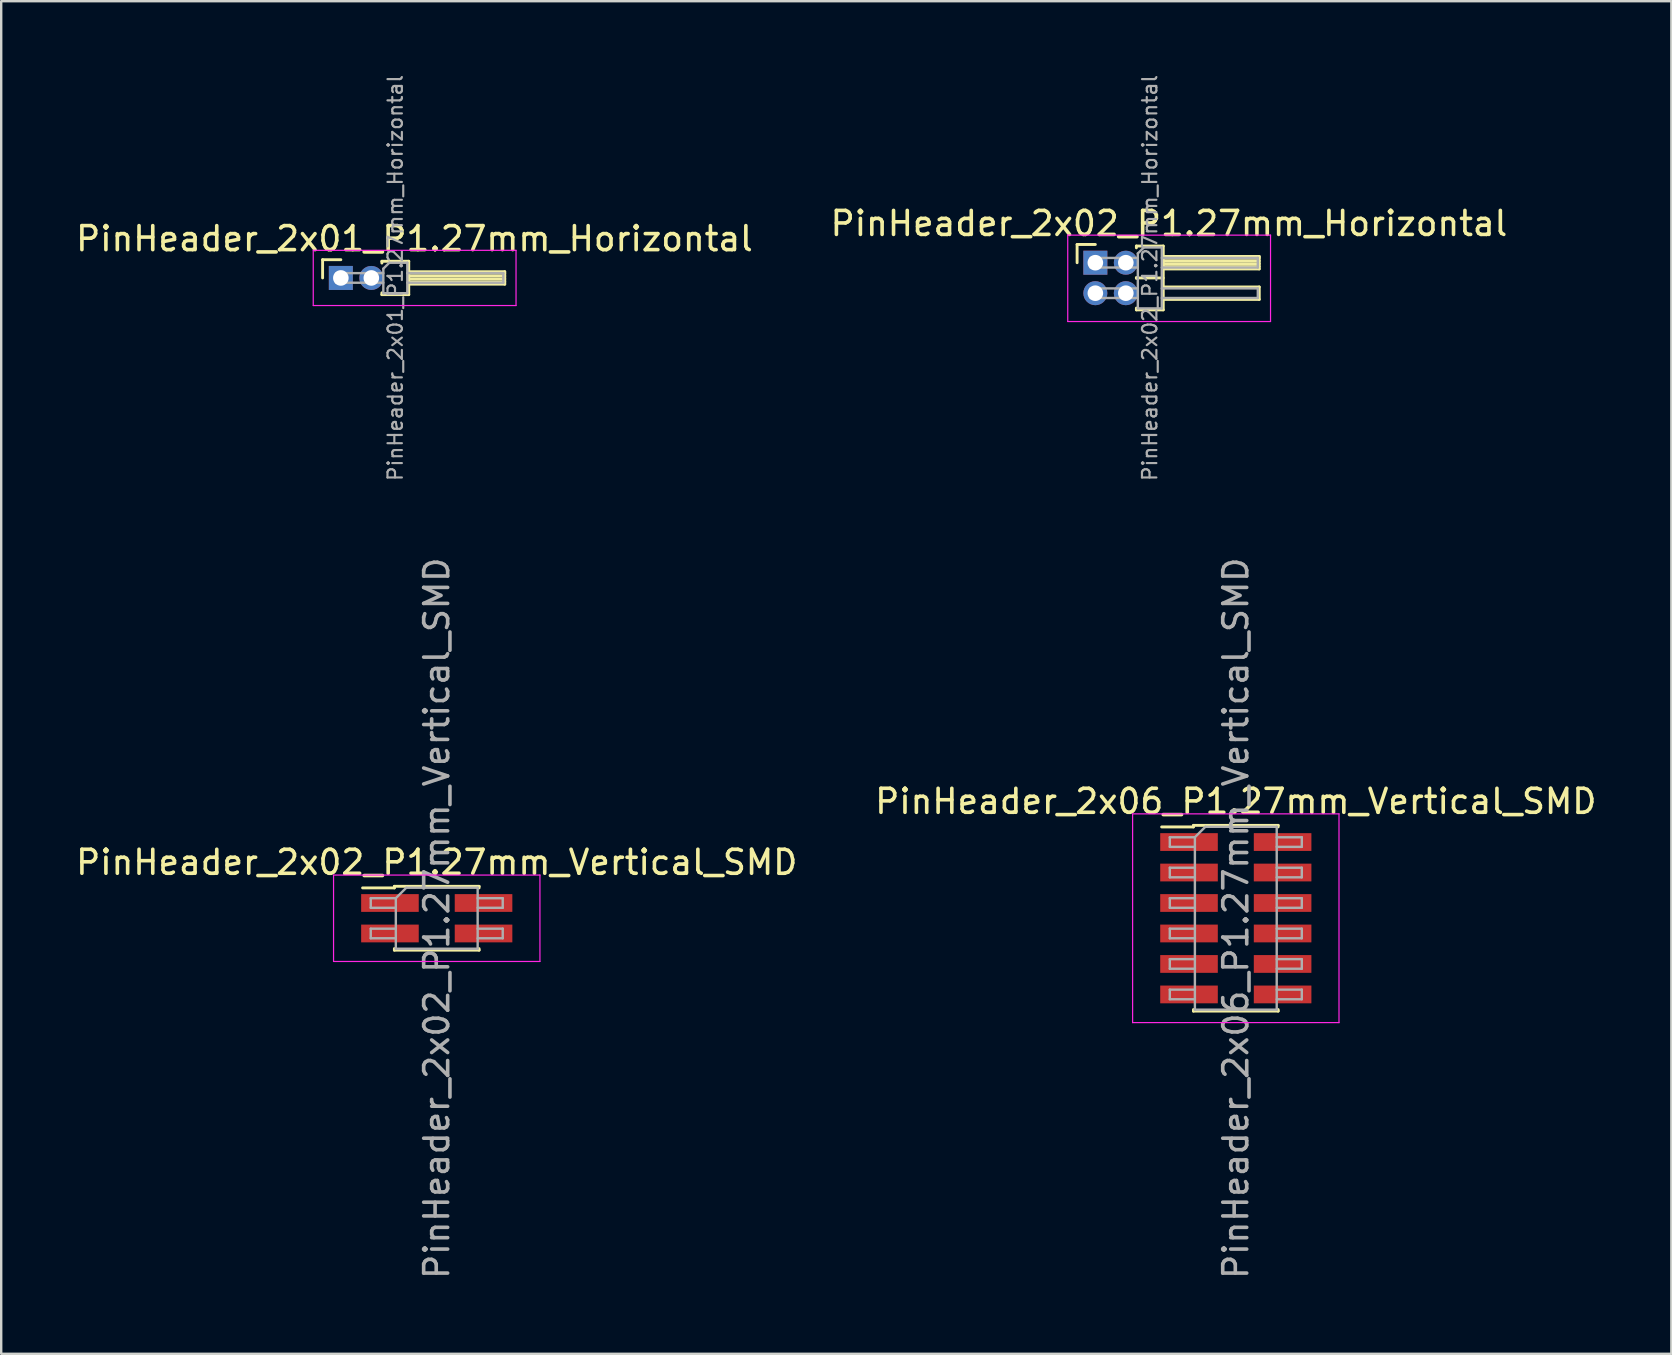
<source format=kicad_pcb>
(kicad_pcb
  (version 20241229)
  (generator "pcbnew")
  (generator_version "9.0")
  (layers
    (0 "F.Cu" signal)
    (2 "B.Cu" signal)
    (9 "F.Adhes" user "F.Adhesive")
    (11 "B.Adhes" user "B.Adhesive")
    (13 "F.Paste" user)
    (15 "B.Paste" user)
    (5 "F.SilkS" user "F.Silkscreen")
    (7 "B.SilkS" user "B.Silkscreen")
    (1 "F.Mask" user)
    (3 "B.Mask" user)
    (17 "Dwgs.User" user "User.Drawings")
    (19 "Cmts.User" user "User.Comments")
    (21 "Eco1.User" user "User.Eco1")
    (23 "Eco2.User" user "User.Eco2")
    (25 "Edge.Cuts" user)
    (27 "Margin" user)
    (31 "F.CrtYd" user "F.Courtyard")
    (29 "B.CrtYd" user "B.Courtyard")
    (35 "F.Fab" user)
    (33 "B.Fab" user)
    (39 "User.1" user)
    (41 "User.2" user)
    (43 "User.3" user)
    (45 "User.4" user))
  (footprint "PinHeader_2x01_P1.27mm_Horizontal"
    (layer "F.Cu")
    (at 11.153 8.532)
    (property "Reference" "PinHeader_2x01_P1.27mm_Horizontal" (at 3.067 -1.635 0) (layer "F.SilkS") (effects (font (size 1 1) (thickness 0.15))))
    (attr through_hole)
    (fp_line (start -0.76 -0.76) (end 0 -0.76) (stroke (width 0.12) (type solid)) (layer "F.SilkS"))
    (fp_line (start -0.76 0) (end -0.76 -0.76) (stroke (width 0.12) (type solid)) (layer "F.SilkS"))
    (fp_line (start 1.71 -0.695) (end 2.83 -0.695) (stroke (width 0.12) (type solid)) (layer "F.SilkS"))
    (fp_line (start 1.71 -0.62) (end 1.71 -0.695) (stroke (width 0.12) (type solid)) (layer "F.SilkS"))
    (fp_line (start 1.71 0.695) (end 1.71 0.62) (stroke (width 0.12) (type solid)) (layer "F.SilkS"))
    (fp_line (start 2.83 -0.695) (end 2.83 0.695) (stroke (width 0.12) (type solid)) (layer "F.SilkS"))
    (fp_line (start 2.83 -0.26) (end 6.83 -0.26) (stroke (width 0.12) (type solid)) (layer "F.SilkS"))
    (fp_line (start 2.83 -0.2) (end 6.83 -0.2) (stroke (width 0.12) (type solid)) (layer "F.SilkS"))
    (fp_line (start 2.83 -0.08) (end 6.83 -0.08) (stroke (width 0.12) (type solid)) (layer "F.SilkS"))
    (fp_line (start 2.83 0.04) (end 6.83 0.04) (stroke (width 0.12) (type solid)) (layer "F.SilkS"))
    (fp_line (start 2.83 0.16) (end 6.83 0.16) (stroke (width 0.12) (type solid)) (layer "F.SilkS"))
    (fp_line (start 2.83 0.695) (end 1.71 0.695) (stroke (width 0.12) (type solid)) (layer "F.SilkS"))
    (fp_line (start 6.83 -0.26) (end 6.83 0.26) (stroke (width 0.12) (type solid)) (layer "F.SilkS"))
    (fp_line (start 6.83 0.26) (end 2.83 0.26) (stroke (width 0.12) (type solid)) (layer "F.SilkS"))
    (fp_line (start -1.15 -1.15) (end -1.15 1.15) (stroke (width 0.05) (type solid)) (layer "F.CrtYd"))
    (fp_line (start -1.15 1.15) (end 7.3 1.15) (stroke (width 0.05) (type solid)) (layer "F.CrtYd"))
    (fp_line (start 7.3 -1.15) (end -1.15 -1.15) (stroke (width 0.05) (type solid)) (layer "F.CrtYd"))
    (fp_line (start 7.3 1.15) (end 7.3 -1.15) (stroke (width 0.05) (type solid)) (layer "F.CrtYd"))
    (fp_line (start -0.2 -0.2) (end -0.2 0.2) (stroke (width 0.1) (type solid)) (layer "F.Fab"))
    (fp_line (start -0.2 -0.2) (end 1.77 -0.2) (stroke (width 0.1) (type solid)) (layer "F.Fab"))
    (fp_line (start -0.2 0.2) (end 1.77 0.2) (stroke (width 0.1) (type solid)) (layer "F.Fab"))
    (fp_line (start 1.77 -0.385) (end 2.02 -0.635) (stroke (width 0.1) (type solid)) (layer "F.Fab"))
    (fp_line (start 1.77 0.635) (end 1.77 -0.385) (stroke (width 0.1) (type solid)) (layer "F.Fab"))
    (fp_line (start 2.02 -0.635) (end 2.77 -0.635) (stroke (width 0.1) (type solid)) (layer "F.Fab"))
    (fp_line (start 2.77 -0.635) (end 2.77 0.635) (stroke (width 0.1) (type solid)) (layer "F.Fab"))
    (fp_line (start 2.77 -0.2) (end 6.77 -0.2) (stroke (width 0.1) (type solid)) (layer "F.Fab"))
    (fp_line (start 2.77 0.2) (end 6.77 0.2) (stroke (width 0.1) (type solid)) (layer "F.Fab"))
    (fp_line (start 2.77 0.635) (end 1.77 0.635) (stroke (width 0.1) (type solid)) (layer "F.Fab"))
    (fp_line (start 6.77 -0.2) (end 6.77 0.2) (stroke (width 0.1) (type solid)) (layer "F.Fab"))
    (fp_text user "${REFERENCE}" (at 2.27 0 90) (layer "F.Fab") (effects (font (size 0.6 0.6) (thickness 0.09))))
    (pad "1" thru_hole rect (at 0 0) (size 1 1) (drill 0.65) (layers "*.Cu" "*.Mask"))
    (pad "2" thru_hole oval (at 1.27 0) (size 1 1) (drill 0.65) (layers "*.Cu" "*.Mask")))
  (footprint "PinHeader_2x02_P1.27mm_Vertical_SMD"
    (layer "F.Cu")
    (at 15.149 35.213)
    (property "Reference" "PinHeader_2x02_P1.27mm_Vertical_SMD" (at 0 -2.33 0) (layer "F.SilkS") (effects (font (size 1 1) (thickness 0.15))))
    (attr smd)
    (fp_line (start -3.09 -1.265) (end -1.765 -1.265) (stroke (width 0.12) (type solid)) (layer "F.SilkS"))
    (fp_line (start -1.765 -1.33) (end -1.765 -1.265) (stroke (width 0.12) (type solid)) (layer "F.SilkS"))
    (fp_line (start -1.765 -1.33) (end 1.765 -1.33) (stroke (width 0.12) (type solid)) (layer "F.SilkS"))
    (fp_line (start -1.765 1.265) (end -1.765 1.33) (stroke (width 0.12) (type solid)) (layer "F.SilkS"))
    (fp_line (start -1.765 1.33) (end 1.765 1.33) (stroke (width 0.12) (type solid)) (layer "F.SilkS"))
    (fp_line (start 1.765 -1.33) (end 1.765 -1.265) (stroke (width 0.12) (type solid)) (layer "F.SilkS"))
    (fp_line (start 1.765 1.265) (end 1.765 1.33) (stroke (width 0.12) (type solid)) (layer "F.SilkS"))
    (fp_line (start -4.3 -1.8) (end -4.3 1.8) (stroke (width 0.05) (type solid)) (layer "F.CrtYd"))
    (fp_line (start -4.3 1.8) (end 4.3 1.8) (stroke (width 0.05) (type solid)) (layer "F.CrtYd"))
    (fp_line (start 4.3 -1.8) (end -4.3 -1.8) (stroke (width 0.05) (type solid)) (layer "F.CrtYd"))
    (fp_line (start 4.3 1.8) (end 4.3 -1.8) (stroke (width 0.05) (type solid)) (layer "F.CrtYd"))
    (fp_line (start -2.75 -0.835) (end -2.75 -0.435) (stroke (width 0.1) (type solid)) (layer "F.Fab"))
    (fp_line (start -2.75 -0.435) (end -1.705 -0.435) (stroke (width 0.1) (type solid)) (layer "F.Fab"))
    (fp_line (start -2.75 0.435) (end -2.75 0.835) (stroke (width 0.1) (type solid)) (layer "F.Fab"))
    (fp_line (start -2.75 0.835) (end -1.705 0.835) (stroke (width 0.1) (type solid)) (layer "F.Fab"))
    (fp_line (start -1.705 -0.835) (end -2.75 -0.835) (stroke (width 0.1) (type solid)) (layer "F.Fab"))
    (fp_line (start -1.705 -0.835) (end -1.27 -1.27) (stroke (width 0.1) (type solid)) (layer "F.Fab"))
    (fp_line (start -1.705 0.435) (end -2.75 0.435) (stroke (width 0.1) (type solid)) (layer "F.Fab"))
    (fp_line (start -1.705 1.27) (end -1.705 -0.835) (stroke (width 0.1) (type solid)) (layer "F.Fab"))
    (fp_line (start -1.27 -1.27) (end 1.705 -1.27) (stroke (width 0.1) (type solid)) (layer "F.Fab"))
    (fp_line (start 1.705 -1.27) (end 1.705 1.27) (stroke (width 0.1) (type solid)) (layer "F.Fab"))
    (fp_line (start 1.705 -0.835) (end 2.75 -0.835) (stroke (width 0.1) (type solid)) (layer "F.Fab"))
    (fp_line (start 1.705 0.435) (end 2.75 0.435) (stroke (width 0.1) (type solid)) (layer "F.Fab"))
    (fp_line (start 1.705 1.27) (end -1.705 1.27) (stroke (width 0.1) (type solid)) (layer "F.Fab"))
    (fp_line (start 2.75 -0.835) (end 2.75 -0.435) (stroke (width 0.1) (type solid)) (layer "F.Fab"))
    (fp_line (start 2.75 -0.435) (end 1.705 -0.435) (stroke (width 0.1) (type solid)) (layer "F.Fab"))
    (fp_line (start 2.75 0.435) (end 2.75 0.835) (stroke (width 0.1) (type solid)) (layer "F.Fab"))
    (fp_line (start 2.75 0.835) (end 1.705 0.835) (stroke (width 0.1) (type solid)) (layer "F.Fab"))
    (fp_text user "${REFERENCE}" (at 0 0 90) (layer "F.Fab") (effects (font (size 1 1) (thickness 0.15))))
    (pad "1" smd rect (at -1.95 -0.635) (size 2.4 0.74) (layers "F.Cu" "F.Mask" "F.Paste"))
    (pad "2" smd rect (at 1.95 -0.635) (size 2.4 0.74) (layers "F.Cu" "F.Mask" "F.Paste"))
    (pad "3" smd rect (at -1.95 0.635) (size 2.4 0.74) (layers "F.Cu" "F.Mask" "F.Paste"))
    (pad "4" smd rect (at 1.95 0.635) (size 2.4 0.74) (layers "F.Cu" "F.Mask" "F.Paste")))
  (footprint "PinHeader_2x02_P1.27mm_Horizontal"
    (layer "F.Cu")
    (at 42.593 7.897)
    (property "Reference" "PinHeader_2x02_P1.27mm_Horizontal" (at 3.067 -1.635 0) (layer "F.SilkS") (effects (font (size 1 1) (thickness 0.15))))
    (attr through_hole)
    (fp_line (start -0.76 -0.76) (end 0 -0.76) (stroke (width 0.12) (type solid)) (layer "F.SilkS"))
    (fp_line (start -0.76 0) (end -0.76 -0.76) (stroke (width 0.12) (type solid)) (layer "F.SilkS"))
    (fp_line (start 1.71 -0.695) (end 2.83 -0.695) (stroke (width 0.12) (type solid)) (layer "F.SilkS"))
    (fp_line (start 1.71 -0.62) (end 1.71 -0.695) (stroke (width 0.12) (type solid)) (layer "F.SilkS"))
    (fp_line (start 1.71 0.62) (end 1.71 0.65) (stroke (width 0.12) (type solid)) (layer "F.SilkS"))
    (fp_line (start 1.71 0.635) (end 2.83 0.635) (stroke (width 0.12) (type solid)) (layer "F.SilkS"))
    (fp_line (start 1.71 1.965) (end 1.71 1.89) (stroke (width 0.12) (type solid)) (layer "F.SilkS"))
    (fp_line (start 2.83 -0.695) (end 2.83 1.965) (stroke (width 0.12) (type solid)) (layer "F.SilkS"))
    (fp_line (start 2.83 -0.26) (end 6.83 -0.26) (stroke (width 0.12) (type solid)) (layer "F.SilkS"))
    (fp_line (start 2.83 -0.2) (end 6.83 -0.2) (stroke (width 0.12) (type solid)) (layer "F.SilkS"))
    (fp_line (start 2.83 -0.08) (end 6.83 -0.08) (stroke (width 0.12) (type solid)) (layer "F.SilkS"))
    (fp_line (start 2.83 0.04) (end 6.83 0.04) (stroke (width 0.12) (type solid)) (layer "F.SilkS"))
    (fp_line (start 2.83 0.16) (end 6.83 0.16) (stroke (width 0.12) (type solid)) (layer "F.SilkS"))
    (fp_line (start 2.83 1.01) (end 6.83 1.01) (stroke (width 0.12) (type solid)) (layer "F.SilkS"))
    (fp_line (start 2.83 1.965) (end 1.71 1.965) (stroke (width 0.12) (type solid)) (layer "F.SilkS"))
    (fp_line (start 6.83 -0.26) (end 6.83 0.26) (stroke (width 0.12) (type solid)) (layer "F.SilkS"))
    (fp_line (start 6.83 0.26) (end 2.83 0.26) (stroke (width 0.12) (type solid)) (layer "F.SilkS"))
    (fp_line (start 6.83 1.01) (end 6.83 1.53) (stroke (width 0.12) (type solid)) (layer "F.SilkS"))
    (fp_line (start 6.83 1.53) (end 2.83 1.53) (stroke (width 0.12) (type solid)) (layer "F.SilkS"))
    (fp_line (start -1.15 -1.15) (end -1.15 2.45) (stroke (width 0.05) (type solid)) (layer "F.CrtYd"))
    (fp_line (start -1.15 2.45) (end 7.3 2.45) (stroke (width 0.05) (type solid)) (layer "F.CrtYd"))
    (fp_line (start 7.3 -1.15) (end -1.15 -1.15) (stroke (width 0.05) (type solid)) (layer "F.CrtYd"))
    (fp_line (start 7.3 2.45) (end 7.3 -1.15) (stroke (width 0.05) (type solid)) (layer "F.CrtYd"))
    (fp_line (start -0.2 -0.2) (end -0.2 0.2) (stroke (width 0.1) (type solid)) (layer "F.Fab"))
    (fp_line (start -0.2 -0.2) (end 1.77 -0.2) (stroke (width 0.1) (type solid)) (layer "F.Fab"))
    (fp_line (start -0.2 0.2) (end 1.77 0.2) (stroke (width 0.1) (type solid)) (layer "F.Fab"))
    (fp_line (start -0.2 1.07) (end -0.2 1.47) (stroke (width 0.1) (type solid)) (layer "F.Fab"))
    (fp_line (start -0.2 1.07) (end 1.77 1.07) (stroke (width 0.1) (type solid)) (layer "F.Fab"))
    (fp_line (start -0.2 1.47) (end 1.77 1.47) (stroke (width 0.1) (type solid)) (layer "F.Fab"))
    (fp_line (start 1.77 -0.385) (end 2.02 -0.635) (stroke (width 0.1) (type solid)) (layer "F.Fab"))
    (fp_line (start 1.77 1.905) (end 1.77 -0.385) (stroke (width 0.1) (type solid)) (layer "F.Fab"))
    (fp_line (start 2.02 -0.635) (end 2.77 -0.635) (stroke (width 0.1) (type solid)) (layer "F.Fab"))
    (fp_line (start 2.77 -0.635) (end 2.77 1.905) (stroke (width 0.1) (type solid)) (layer "F.Fab"))
    (fp_line (start 2.77 -0.2) (end 6.77 -0.2) (stroke (width 0.1) (type solid)) (layer "F.Fab"))
    (fp_line (start 2.77 0.2) (end 6.77 0.2) (stroke (width 0.1) (type solid)) (layer "F.Fab"))
    (fp_line (start 2.77 1.07) (end 6.77 1.07) (stroke (width 0.1) (type solid)) (layer "F.Fab"))
    (fp_line (start 2.77 1.47) (end 6.77 1.47) (stroke (width 0.1) (type solid)) (layer "F.Fab"))
    (fp_line (start 2.77 1.905) (end 1.77 1.905) (stroke (width 0.1) (type solid)) (layer "F.Fab"))
    (fp_line (start 6.77 -0.2) (end 6.77 0.2) (stroke (width 0.1) (type solid)) (layer "F.Fab"))
    (fp_line (start 6.77 1.07) (end 6.77 1.47) (stroke (width 0.1) (type solid)) (layer "F.Fab"))
    (fp_text user "${REFERENCE}" (at 2.27 0.635 90) (layer "F.Fab") (effects (font (size 0.6 0.6) (thickness 0.09))))
    (pad "1" thru_hole rect (at 0 0) (size 1 1) (drill 0.65) (layers "*.Cu" "*.Mask"))
    (pad "2" thru_hole oval (at 1.27 0) (size 1 1) (drill 0.65) (layers "*.Cu" "*.Mask"))
    (pad "3" thru_hole oval (at 0 1.27) (size 1 1) (drill 0.65) (layers "*.Cu" "*.Mask"))
    (pad "4" thru_hole oval (at 1.27 1.27) (size 1 1) (drill 0.65) (layers "*.Cu" "*.Mask")))
  (footprint "PinHeader_2x06_P1.27mm_Vertical_SMD"
    (layer "F.Cu")
    (at 48.446 35.213)
    (property "Reference" "PinHeader_2x06_P1.27mm_Vertical_SMD" (at 0 -4.87 0) (layer "F.SilkS") (effects (font (size 1 1) (thickness 0.15))))
    (attr smd)
    (fp_line (start -3.09 -3.805) (end -1.765 -3.805) (stroke (width 0.12) (type solid)) (layer "F.SilkS"))
    (fp_line (start -1.765 -3.87) (end -1.765 -3.805) (stroke (width 0.12) (type solid)) (layer "F.SilkS"))
    (fp_line (start -1.765 -3.87) (end 1.765 -3.87) (stroke (width 0.12) (type solid)) (layer "F.SilkS"))
    (fp_line (start -1.765 3.805) (end -1.765 3.87) (stroke (width 0.12) (type solid)) (layer "F.SilkS"))
    (fp_line (start -1.765 3.87) (end 1.765 3.87) (stroke (width 0.12) (type solid)) (layer "F.SilkS"))
    (fp_line (start 1.765 -3.87) (end 1.765 -3.805) (stroke (width 0.12) (type solid)) (layer "F.SilkS"))
    (fp_line (start 1.765 3.805) (end 1.765 3.87) (stroke (width 0.12) (type solid)) (layer "F.SilkS"))
    (fp_line (start -4.3 -4.35) (end -4.3 4.35) (stroke (width 0.05) (type solid)) (layer "F.CrtYd"))
    (fp_line (start -4.3 4.35) (end 4.3 4.35) (stroke (width 0.05) (type solid)) (layer "F.CrtYd"))
    (fp_line (start 4.3 -4.35) (end -4.3 -4.35) (stroke (width 0.05) (type solid)) (layer "F.CrtYd"))
    (fp_line (start 4.3 4.35) (end 4.3 -4.35) (stroke (width 0.05) (type solid)) (layer "F.CrtYd"))
    (fp_line (start -2.75 -3.375) (end -2.75 -2.975) (stroke (width 0.1) (type solid)) (layer "F.Fab"))
    (fp_line (start -2.75 -2.975) (end -1.705 -2.975) (stroke (width 0.1) (type solid)) (layer "F.Fab"))
    (fp_line (start -2.75 -2.105) (end -2.75 -1.705) (stroke (width 0.1) (type solid)) (layer "F.Fab"))
    (fp_line (start -2.75 -1.705) (end -1.705 -1.705) (stroke (width 0.1) (type solid)) (layer "F.Fab"))
    (fp_line (start -2.75 -0.835) (end -2.75 -0.435) (stroke (width 0.1) (type solid)) (layer "F.Fab"))
    (fp_line (start -2.75 -0.435) (end -1.705 -0.435) (stroke (width 0.1) (type solid)) (layer "F.Fab"))
    (fp_line (start -2.75 0.435) (end -2.75 0.835) (stroke (width 0.1) (type solid)) (layer "F.Fab"))
    (fp_line (start -2.75 0.835) (end -1.705 0.835) (stroke (width 0.1) (type solid)) (layer "F.Fab"))
    (fp_line (start -2.75 1.705) (end -2.75 2.105) (stroke (width 0.1) (type solid)) (layer "F.Fab"))
    (fp_line (start -2.75 2.105) (end -1.705 2.105) (stroke (width 0.1) (type solid)) (layer "F.Fab"))
    (fp_line (start -2.75 2.975) (end -2.75 3.375) (stroke (width 0.1) (type solid)) (layer "F.Fab"))
    (fp_line (start -2.75 3.375) (end -1.705 3.375) (stroke (width 0.1) (type solid)) (layer "F.Fab"))
    (fp_line (start -1.705 -3.375) (end -2.75 -3.375) (stroke (width 0.1) (type solid)) (layer "F.Fab"))
    (fp_line (start -1.705 -3.375) (end -1.27 -3.81) (stroke (width 0.1) (type solid)) (layer "F.Fab"))
    (fp_line (start -1.705 -2.105) (end -2.75 -2.105) (stroke (width 0.1) (type solid)) (layer "F.Fab"))
    (fp_line (start -1.705 -0.835) (end -2.75 -0.835) (stroke (width 0.1) (type solid)) (layer "F.Fab"))
    (fp_line (start -1.705 0.435) (end -2.75 0.435) (stroke (width 0.1) (type solid)) (layer "F.Fab"))
    (fp_line (start -1.705 1.705) (end -2.75 1.705) (stroke (width 0.1) (type solid)) (layer "F.Fab"))
    (fp_line (start -1.705 2.975) (end -2.75 2.975) (stroke (width 0.1) (type solid)) (layer "F.Fab"))
    (fp_line (start -1.705 3.81) (end -1.705 -3.375) (stroke (width 0.1) (type solid)) (layer "F.Fab"))
    (fp_line (start -1.27 -3.81) (end 1.705 -3.81) (stroke (width 0.1) (type solid)) (layer "F.Fab"))
    (fp_line (start 1.705 -3.81) (end 1.705 3.81) (stroke (width 0.1) (type solid)) (layer "F.Fab"))
    (fp_line (start 1.705 -3.375) (end 2.75 -3.375) (stroke (width 0.1) (type solid)) (layer "F.Fab"))
    (fp_line (start 1.705 -2.105) (end 2.75 -2.105) (stroke (width 0.1) (type solid)) (layer "F.Fab"))
    (fp_line (start 1.705 -0.835) (end 2.75 -0.835) (stroke (width 0.1) (type solid)) (layer "F.Fab"))
    (fp_line (start 1.705 0.435) (end 2.75 0.435) (stroke (width 0.1) (type solid)) (layer "F.Fab"))
    (fp_line (start 1.705 1.705) (end 2.75 1.705) (stroke (width 0.1) (type solid)) (layer "F.Fab"))
    (fp_line (start 1.705 2.975) (end 2.75 2.975) (stroke (width 0.1) (type solid)) (layer "F.Fab"))
    (fp_line (start 1.705 3.81) (end -1.705 3.81) (stroke (width 0.1) (type solid)) (layer "F.Fab"))
    (fp_line (start 2.75 -3.375) (end 2.75 -2.975) (stroke (width 0.1) (type solid)) (layer "F.Fab"))
    (fp_line (start 2.75 -2.975) (end 1.705 -2.975) (stroke (width 0.1) (type solid)) (layer "F.Fab"))
    (fp_line (start 2.75 -2.105) (end 2.75 -1.705) (stroke (width 0.1) (type solid)) (layer "F.Fab"))
    (fp_line (start 2.75 -1.705) (end 1.705 -1.705) (stroke (width 0.1) (type solid)) (layer "F.Fab"))
    (fp_line (start 2.75 -0.835) (end 2.75 -0.435) (stroke (width 0.1) (type solid)) (layer "F.Fab"))
    (fp_line (start 2.75 -0.435) (end 1.705 -0.435) (stroke (width 0.1) (type solid)) (layer "F.Fab"))
    (fp_line (start 2.75 0.435) (end 2.75 0.835) (stroke (width 0.1) (type solid)) (layer "F.Fab"))
    (fp_line (start 2.75 0.835) (end 1.705 0.835) (stroke (width 0.1) (type solid)) (layer "F.Fab"))
    (fp_line (start 2.75 1.705) (end 2.75 2.105) (stroke (width 0.1) (type solid)) (layer "F.Fab"))
    (fp_line (start 2.75 2.105) (end 1.705 2.105) (stroke (width 0.1) (type solid)) (layer "F.Fab"))
    (fp_line (start 2.75 2.975) (end 2.75 3.375) (stroke (width 0.1) (type solid)) (layer "F.Fab"))
    (fp_line (start 2.75 3.375) (end 1.705 3.375) (stroke (width 0.1) (type solid)) (layer "F.Fab"))
    (fp_text user "${REFERENCE}" (at 0 0 90) (layer "F.Fab") (effects (font (size 1 1) (thickness 0.15))))
    (pad "1" smd rect (at -1.95 -3.175) (size 2.4 0.74) (layers "F.Cu" "F.Mask" "F.Paste"))
    (pad "2" smd rect (at 1.95 -3.175) (size 2.4 0.74) (layers "F.Cu" "F.Mask" "F.Paste"))
    (pad "3" smd rect (at -1.95 -1.905) (size 2.4 0.74) (layers "F.Cu" "F.Mask" "F.Paste"))
    (pad "4" smd rect (at 1.95 -1.905) (size 2.4 0.74) (layers "F.Cu" "F.Mask" "F.Paste"))
    (pad "5" smd rect (at -1.95 -0.635) (size 2.4 0.74) (layers "F.Cu" "F.Mask" "F.Paste"))
    (pad "6" smd rect (at 1.95 -0.635) (size 2.4 0.74) (layers "F.Cu" "F.Mask" "F.Paste"))
    (pad "7" smd rect (at -1.95 0.635) (size 2.4 0.74) (layers "F.Cu" "F.Mask" "F.Paste"))
    (pad "8" smd rect (at 1.95 0.635) (size 2.4 0.74) (layers "F.Cu" "F.Mask" "F.Paste"))
    (pad "9" smd rect (at -1.95 1.905) (size 2.4 0.74) (layers "F.Cu" "F.Mask" "F.Paste"))
    (pad "10" smd rect (at 1.95 1.905) (size 2.4 0.74) (layers "F.Cu" "F.Mask" "F.Paste"))
    (pad "11" smd rect (at -1.95 3.175) (size 2.4 0.74) (layers "F.Cu" "F.Mask" "F.Paste"))
    (pad "12" smd rect (at 1.95 3.175) (size 2.4 0.74) (layers "F.Cu" "F.Mask" "F.Paste")))
  (gr_rect
    (start -3 -3)
    (end 66.595 53.362)
    (stroke (width 0.1) (type default))
    (fill no)
    (layer "Edge.Cuts")))
</source>
